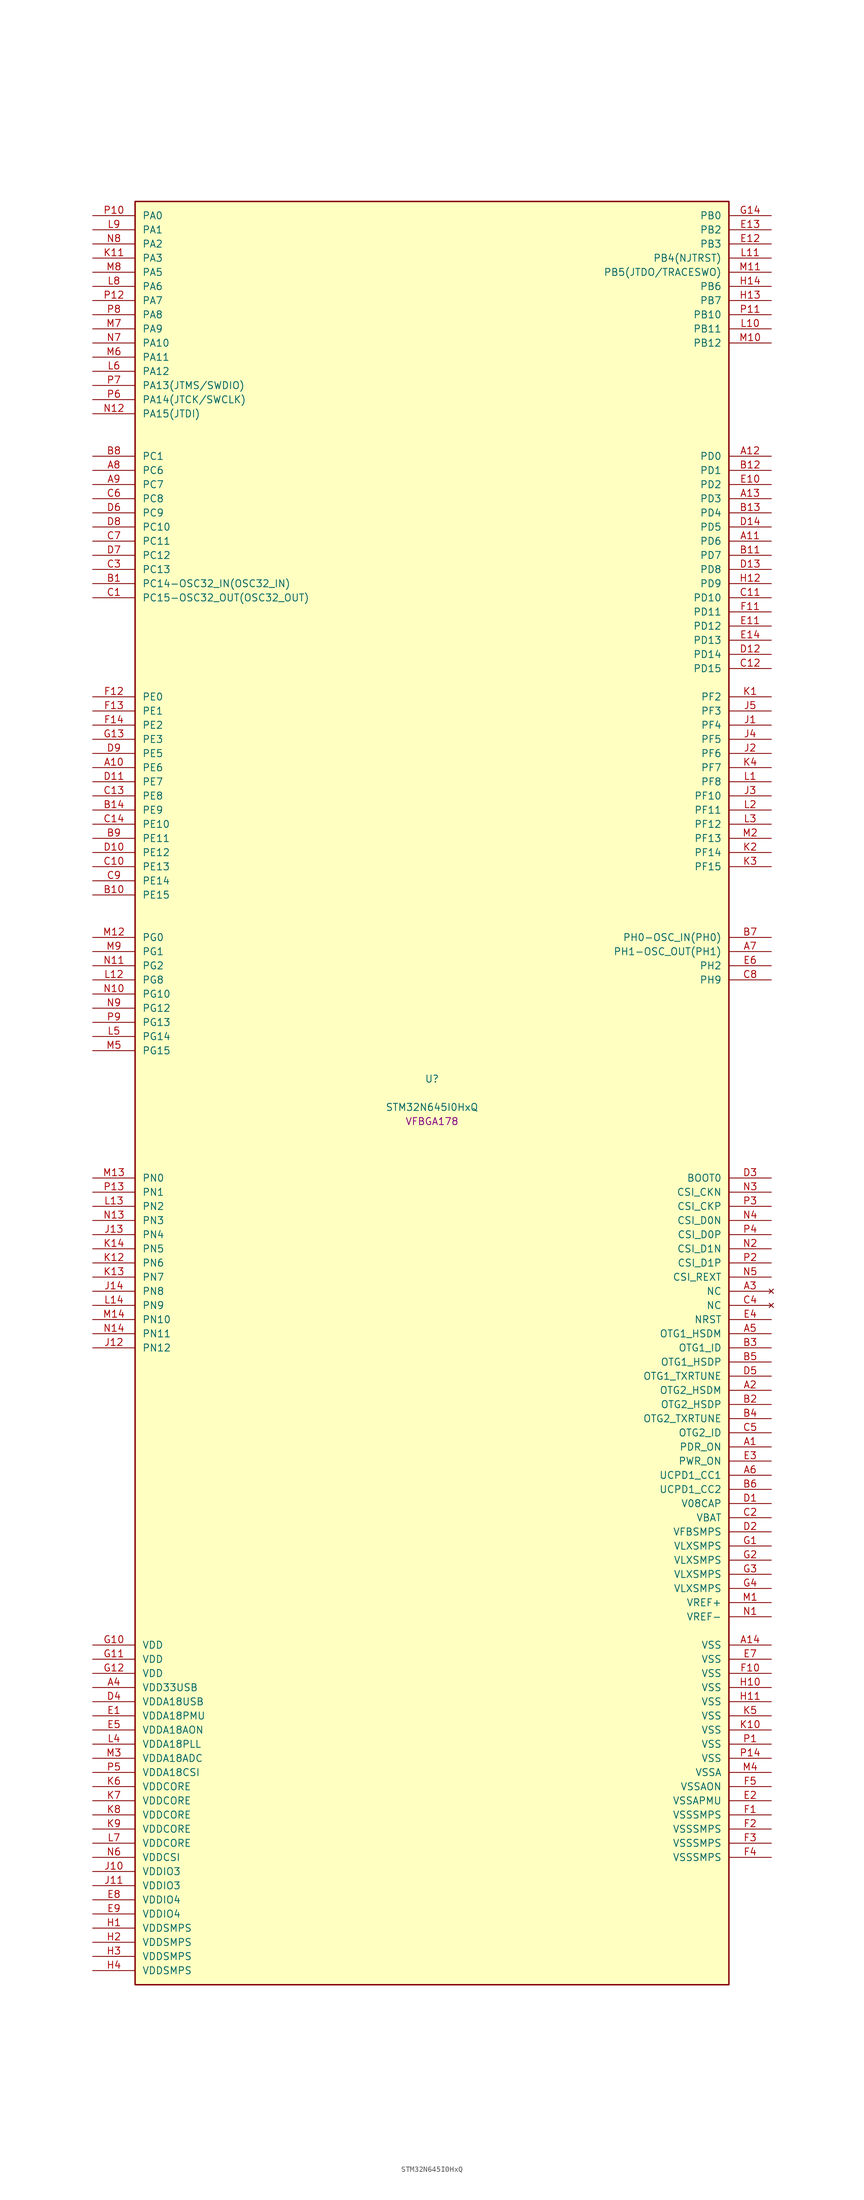
<source format=kicad_sym>
(kicad_symbol_lib
  (version 20241209)
  (generator "stm32_pkl_generator")
  (generator_version "1.0")
  (symbol "STM32N645I0HxQ"
    (pin_names
      (offset 1.27))
    (property "Reference" "U"
      (at 0 2.54 0))
    (property "Value" "STM32N645I0HxQ"
      (at 0 -2.54 0))
    (property "Footprint" "VFBGA178"
      (at 0 -5.08 0))
    (symbol "STM32N645I0HxQ_1_1"
      (rectangle (start -53.34 160.02) (end 53.34 -160.02) (stroke (width 0.254) (type solid)) (fill (type background)))
      (pin bidirectional line (at -60.96 157.48 0) (length 7.62) (name "PA0") (number "P10") (alternate "PA0/ADC1_INN1" bidirectional line) (alternate "PA0/ADC1_INP0" bidirectional line) (alternate "PA0/ADC2_INN1" bidirectional line) (alternate "PA0/ADC2_INP0" bidirectional line) (alternate "PA0/FMC_D7" bidirectional line) (alternate "PA0/FMC_DA7" bidirectional line) (alternate "PA0/HDP_HDP0" bidirectional line) (alternate "PA0/I2S6_WS" bidirectional line) (alternate "PA0/LTDC_G3" bidirectional line) (alternate "PA0/PWR_WKUP1" bidirectional line) (alternate "PA0/SAI2_SD_B" bidirectional line) (alternate "PA0/SPI6_NSS" bidirectional line) (alternate "PA0/TIM15_BKIN" bidirectional line) (alternate "PA0/TIM2_CH1" bidirectional line) (alternate "PA0/TIM5_CH1" bidirectional line) (alternate "PA0/TIM9_CH1" bidirectional line) (alternate "PA0/UART4_TX" bidirectional line) (alternate "PA0/USART2_CTS" bidirectional line) (alternate "PA0/USART2_NSS" bidirectional line))
      (pin bidirectional line (at -60.96 154.94 0) (length 7.62) (name "PA1") (number "L9") (alternate "PA1/ADC1_INP1" bidirectional line) (alternate "PA1/ADC2_INP1" bidirectional line) (alternate "PA1/DCMIPP_D0" bidirectional line) (alternate "PA1/DCMI_D0" bidirectional line) (alternate "PA1/FMC_D6" bidirectional line) (alternate "PA1/FMC_DA6" bidirectional line) (alternate "PA1/HDP_HDP1" bidirectional line) (alternate "PA1/LPTIM3_IN1" bidirectional line) (alternate "PA1/LTDC_G2" bidirectional line) (alternate "PA1/PSSI_D0" bidirectional line) (alternate "PA1/SAI2_MCLK_B" bidirectional line) (alternate "PA1/TIM15_CH1N" bidirectional line) (alternate "PA1/TIM2_CH2" bidirectional line) (alternate "PA1/TIM5_CH2" bidirectional line) (alternate "PA1/UART4_RX" bidirectional line) (alternate "PA1/USART2_RTS" bidirectional line))
      (pin bidirectional line (at -60.96 152.4 0) (length 7.62) (name "PA2") (number "N8") (alternate "PA2/ADC1_INP14" bidirectional line) (alternate "PA2/ADC2_INP14" bidirectional line) (alternate "PA2/FMC_D5" bidirectional line) (alternate "PA2/FMC_DA5" bidirectional line) (alternate "PA2/HDP_HDP2" bidirectional line) (alternate "PA2/LPTIM3_IN2" bidirectional line) (alternate "PA2/LTDC_B7" bidirectional line) (alternate "PA2/MDIOS_MDIO" bidirectional line) (alternate "PA2/PWR_WKUP2" bidirectional line) (alternate "PA2/SAI2_SCK_B" bidirectional line) (alternate "PA2/TIM15_CH1" bidirectional line) (alternate "PA2/TIM2_CH3" bidirectional line) (alternate "PA2/TIM5_CH3" bidirectional line) (alternate "PA2/USART2_TX" bidirectional line))
      (pin bidirectional line (at -60.96 149.86 0) (length 7.62) (name "PA3") (number "K11") (alternate "PA3/FMC_A17" bidirectional line) (alternate "PA3/FMC_ALE" bidirectional line) (alternate "PA3/SAI1_SD_B" bidirectional line) (alternate "PA3/SPI5_NSS" bidirectional line) (alternate "PA3/TIM16_CH1" bidirectional line) (alternate "PA3/UART7_RX" bidirectional line))
      (pin bidirectional line (at -60.96 147.32 0) (length 7.62) (name "PA5") (number "M8") (alternate "PA5/ADC2_INP18" bidirectional line) (alternate "PA5/DCMIPP_D8" bidirectional line) (alternate "PA5/DCMI_D8" bidirectional line) (alternate "PA5/FMC_NOE" bidirectional line) (alternate "PA5/HDP_HDP5" bidirectional line) (alternate "PA5/I2S1_CK" bidirectional line) (alternate "PA5/I2S6_CK" bidirectional line) (alternate "PA5/I3C1_SCL" bidirectional line) (alternate "PA5/LTDC_CLK" bidirectional line) (alternate "PA5/PSSI_D8" bidirectional line) (alternate "PA5/PWR_CSTOP" bidirectional line) (alternate "PA5/SPI1_SCK" bidirectional line) (alternate "PA5/SPI6_SCK" bidirectional line) (alternate "PA5/TIM10_CH1" bidirectional line) (alternate "PA5/TIM2_CH1" bidirectional line) (alternate "PA5/TIM2_ETR" bidirectional line) (alternate "PA5/TIM9_CH2" bidirectional line))
      (pin bidirectional line (at -60.96 144.78 0) (length 7.62) (name "PA6") (number "L8") (alternate "PA6/ADC1_INP3" bidirectional line) (alternate "PA6/ADC2_INP3" bidirectional line) (alternate "PA6/BOOT1" bidirectional line) (alternate "PA6/DCMIPP_PIXCLK" bidirectional line) (alternate "PA6/DCMI_PIXCLK" bidirectional line) (alternate "PA6/HDP_HDP6" bidirectional line) (alternate "PA6/I2S1_SDI" bidirectional line) (alternate "PA6/I2S6_SDI" bidirectional line) (alternate "PA6/I3C1_SDA" bidirectional line) (alternate "PA6/LPTIM3_ETR" bidirectional line) (alternate "PA6/LTDC_B7" bidirectional line) (alternate "PA6/LTDC_HSYNC" bidirectional line) (alternate "PA6/MDIOS_MDC" bidirectional line) (alternate "PA6/PSSI_PDCK" bidirectional line) (alternate "PA6/SPI1_MISO" bidirectional line) (alternate "PA6/SPI6_MISO" bidirectional line) (alternate "PA6/TIM13_CH1" bidirectional line) (alternate "PA6/TIM1_BKIN" bidirectional line) (alternate "PA6/TIM3_CH1" bidirectional line))
      (pin bidirectional line (at -60.96 142.24 0) (length 7.62) (name "PA7") (number "P12") (alternate "PA7/HDP_HDP7" bidirectional line) (alternate "PA7/I2S1_SDO" bidirectional line) (alternate "PA7/I2S6_SDO" bidirectional line) (alternate "PA7/LTDC_B1" bidirectional line) (alternate "PA7/LTDC_R4" bidirectional line) (alternate "PA7/SPI1_MOSI" bidirectional line) (alternate "PA7/SPI6_MOSI" bidirectional line) (alternate "PA7/TIM14_CH1" bidirectional line) (alternate "PA7/TIM1_CH1N" bidirectional line) (alternate "PA7/TIM3_CH2" bidirectional line) (alternate "PA7/USART1_RX" bidirectional line))
      (pin bidirectional line (at -60.96 139.7 0) (length 7.62) (name "PA8") (number "P8") (alternate "PA8/ADC1_INP5" bidirectional line) (alternate "PA8/ADC2_INP5" bidirectional line) (alternate "PA8/FMC_D4" bidirectional line) (alternate "PA8/FMC_DA4" bidirectional line) (alternate "PA8/HDP_HDP0" bidirectional line) (alternate "PA8/I2C3_SCL" bidirectional line) (alternate "PA8/I3C2_SCL" bidirectional line) (alternate "PA8/LTDC_B6" bidirectional line) (alternate "PA8/RCC_MCO_1" bidirectional line) (alternate "PA8/TIM11_CH1" bidirectional line) (alternate "PA8/TIM1_CH1" bidirectional line) (alternate "PA8/UART7_RX" bidirectional line) (alternate "PA8/USART1_CK" bidirectional line))
      (pin bidirectional line (at -60.96 137.16 0) (length 7.62) (name "PA9") (number "M7") (alternate "PA9/ADC1_INP10" bidirectional line) (alternate "PA9/ADC2_INP10" bidirectional line) (alternate "PA9/DCMIPP_D0" bidirectional line) (alternate "PA9/DCMI_D0" bidirectional line) (alternate "PA9/FMC_D3" bidirectional line) (alternate "PA9/FMC_DA3" bidirectional line) (alternate "PA9/HDP_HDP1" bidirectional line) (alternate "PA9/I2C3_SDA" bidirectional line) (alternate "PA9/I2S2_CK" bidirectional line) (alternate "PA9/I3C2_SDA" bidirectional line) (alternate "PA9/LPUART1_TX" bidirectional line) (alternate "PA9/LTDC_B5" bidirectional line) (alternate "PA9/PSSI_D0" bidirectional line) (alternate "PA9/SPI2_SCK" bidirectional line) (alternate "PA9/TIM1_CH2" bidirectional line) (alternate "PA9/USART1_TX" bidirectional line))
      (pin bidirectional line (at -60.96 134.62 0) (length 7.62) (name "PA10") (number "N7") (alternate "PA10/ADC1_INN10" bidirectional line) (alternate "PA10/ADC1_INP11" bidirectional line) (alternate "PA10/ADC2_INN10" bidirectional line) (alternate "PA10/ADC2_INP11" bidirectional line) (alternate "PA10/DCMIPP_D1" bidirectional line) (alternate "PA10/DCMI_D1" bidirectional line) (alternate "PA10/FMC_D2" bidirectional line) (alternate "PA10/FMC_DA2" bidirectional line) (alternate "PA10/HDP_HDP2" bidirectional line) (alternate "PA10/LPUART1_RX" bidirectional line) (alternate "PA10/LTDC_B4" bidirectional line) (alternate "PA10/MDIOS_MDIO" bidirectional line) (alternate "PA10/PSSI_D1" bidirectional line) (alternate "PA10/PWR_CSLEEP" bidirectional line) (alternate "PA10/TIM1_CH3" bidirectional line) (alternate "PA10/USART1_RX" bidirectional line))
      (pin bidirectional line (at -60.96 132.08 0) (length 7.62) (name "PA11") (number "M6") (alternate "PA11/ADC1_EXTI11" bidirectional line) (alternate "PA11/ADC1_INN11" bidirectional line) (alternate "PA11/ADC1_INP12" bidirectional line) (alternate "PA11/ADC2_EXTI11" bidirectional line) (alternate "PA11/ADC2_INN11" bidirectional line) (alternate "PA11/ADC2_INP12" bidirectional line) (alternate "PA11/FDCAN1_RX" bidirectional line) (alternate "PA11/FMC_D1" bidirectional line) (alternate "PA11/FMC_DA1" bidirectional line) (alternate "PA11/HDP_HDP3" bidirectional line) (alternate "PA11/I2S2_WS" bidirectional line) (alternate "PA11/LPUART1_CTS" bidirectional line) (alternate "PA11/LTDC_B3" bidirectional line) (alternate "PA11/SPI2_NSS" bidirectional line) (alternate "PA11/TIM1_CH4" bidirectional line) (alternate "PA11/UART4_RX" bidirectional line) (alternate "PA11/USART1_CTS" bidirectional line) (alternate "PA11/USART1_NSS" bidirectional line))
      (pin bidirectional line (at -60.96 129.54 0) (length 7.62) (name "PA12") (number "L6") (alternate "PA12/ADC1_INN12" bidirectional line) (alternate "PA12/ADC1_INP13" bidirectional line) (alternate "PA12/ADC2_INN12" bidirectional line) (alternate "PA12/ADC2_INP13" bidirectional line) (alternate "PA12/FDCAN1_TX" bidirectional line) (alternate "PA12/FMC_D0" bidirectional line) (alternate "PA12/FMC_DA0" bidirectional line) (alternate "PA12/HDP_HDP4" bidirectional line) (alternate "PA12/I2S2_CK" bidirectional line) (alternate "PA12/LPUART1_RTS" bidirectional line) (alternate "PA12/LTDC_B2" bidirectional line) (alternate "PA12/SAI2_FS_B" bidirectional line) (alternate "PA12/SPI2_SCK" bidirectional line) (alternate "PA12/TIM1_ETR" bidirectional line) (alternate "PA12/UART4_TX" bidirectional line) (alternate "PA12/USART1_RTS" bidirectional line))
      (pin bidirectional line (at -60.96 127 0) (length 7.62) (name "PA13(JTMS/SWDIO)") (number "P7") (alternate "PA13(JTMS/SWDIO)/DEBUG_JTMS-SWDIO" bidirectional line) (alternate "PA13(JTMS/SWDIO)/HDP_HDP5" bidirectional line))
      (pin bidirectional line (at -60.96 124.46 0) (length 7.62) (name "PA14(JTCK/SWCLK)") (number "P6") (alternate "PA14(JTCK/SWCLK)/DEBUG_JTCK-SWCLK" bidirectional line) (alternate "PA14(JTCK/SWCLK)/HDP_HDP6" bidirectional line))
      (pin bidirectional line (at -60.96 121.92 0) (length 7.62) (name "PA15(JTDI)") (number "N12") (alternate "PA15(JTDI)/ADC1_EXTI15" bidirectional line) (alternate "PA15(JTDI)/ADC2_EXTI15" bidirectional line) (alternate "PA15(JTDI)/DEBUG_JTDI" bidirectional line) (alternate "PA15(JTDI)/FMC_D15" bidirectional line) (alternate "PA15(JTDI)/FMC_DA15" bidirectional line) (alternate "PA15(JTDI)/HDP_HDP7" bidirectional line) (alternate "PA15(JTDI)/I2S1_WS" bidirectional line) (alternate "PA15(JTDI)/I2S3_WS" bidirectional line) (alternate "PA15(JTDI)/I2S6_WS" bidirectional line) (alternate "PA15(JTDI)/LTDC_R5" bidirectional line) (alternate "PA15(JTDI)/SPI1_NSS" bidirectional line) (alternate "PA15(JTDI)/SPI3_NSS" bidirectional line) (alternate "PA15(JTDI)/SPI6_NSS" bidirectional line) (alternate "PA15(JTDI)/TIM2_CH1" bidirectional line) (alternate "PA15(JTDI)/TIM2_ETR" bidirectional line) (alternate "PA15(JTDI)/UART4_DE" bidirectional line) (alternate "PA15(JTDI)/UART4_RTS" bidirectional line) (alternate "PA15(JTDI)/UART7_TX" bidirectional line))
      (pin bidirectional line (at 60.96 157.48 180) (length 7.62) (name "PB0") (number "G14") (alternate "PB0/ADF1_SDI0" bidirectional line) (alternate "PB0/DCMIPP_D4" bidirectional line) (alternate "PB0/DCMI_D4" bidirectional line) (alternate "PB0/DEBUG_TRACED1" bidirectional line) (alternate "PB0/FMC_D13" bidirectional line) (alternate "PB0/FMC_DA13" bidirectional line) (alternate "PB0/MDF1_SDI2" bidirectional line) (alternate "PB0/PSSI_D4" bidirectional line) (alternate "PB0/SAI1_D2" bidirectional line) (alternate "PB0/SAI1_FS_A" bidirectional line) (alternate "PB0/SPI4_NSS" bidirectional line) (alternate "PB0/TIM15_CH1N" bidirectional line) (alternate "PB0/TIM1_CH4" bidirectional line))
      (pin bidirectional line (at 60.96 154.94 180) (length 7.62) (name "PB2") (number "E13") (alternate "PB2/ADF1_SDI0" bidirectional line) (alternate "PB2/FMC_D2" bidirectional line) (alternate "PB2/FMC_DA2" bidirectional line) (alternate "PB2/HDP_HDP2" bidirectional line) (alternate "PB2/I2S3_SDO" bidirectional line) (alternate "PB2/LTDC_B2" bidirectional line) (alternate "PB2/MDF1_SDI1" bidirectional line) (alternate "PB2/RTC_OUT2" bidirectional line) (alternate "PB2/SAI1_D1" bidirectional line) (alternate "PB2/SAI1_SD_A" bidirectional line) (alternate "PB2/SPI3_MOSI" bidirectional line) (alternate "PB2/TIM1_CH1" bidirectional line))
      (pin bidirectional line (at 60.96 152.4 180) (length 7.62) (name "PB3") (number "E12") (alternate "PB3/DEBUG_JTDO-SWO" bidirectional line) (alternate "PB3/DEBUG_TRACECLK" bidirectional line) (alternate "PB3/FMC_A23" bidirectional line) (alternate "PB3/FMC_NBL1" bidirectional line) (alternate "PB3/GFXTIM_FCKCAL" bidirectional line) (alternate "PB3/GFXTIM_LCKCAL" bidirectional line) (alternate "PB3/HDP_HDP0" bidirectional line) (alternate "PB3/MDF1_CKI1" bidirectional line) (alternate "PB3/SAI2_FS_B" bidirectional line) (alternate "PB3/TIM1_CH4N" bidirectional line) (alternate "PB3/USART1_CK" bidirectional line))
      (pin bidirectional line (at 60.96 149.86 180) (length 7.62) (name "PB4(NJTRST)") (number "L11") (alternate "PB4(NJTRST)/DCMIPP_VSYNC" bidirectional line) (alternate "PB4(NJTRST)/DCMI_VSYNC" bidirectional line) (alternate "PB4(NJTRST)/DEBUG_NJTRST" bidirectional line) (alternate "PB4(NJTRST)/FMC_D13" bidirectional line) (alternate "PB4(NJTRST)/FMC_DA13" bidirectional line) (alternate "PB4(NJTRST)/HDP_HDP4" bidirectional line) (alternate "PB4(NJTRST)/I2S1_SDI" bidirectional line) (alternate "PB4(NJTRST)/I2S2_WS" bidirectional line) (alternate "PB4(NJTRST)/I2S3_SDI" bidirectional line) (alternate "PB4(NJTRST)/I2S6_SDI" bidirectional line) (alternate "PB4(NJTRST)/LTDC_R3" bidirectional line) (alternate "PB4(NJTRST)/PSSI_RDY" bidirectional line) (alternate "PB4(NJTRST)/SPI1_MISO" bidirectional line) (alternate "PB4(NJTRST)/SPI2_NSS" bidirectional line) (alternate "PB4(NJTRST)/SPI3_MISO" bidirectional line) (alternate "PB4(NJTRST)/SPI6_MISO" bidirectional line) (alternate "PB4(NJTRST)/TIM16_BKIN" bidirectional line) (alternate "PB4(NJTRST)/TIM3_CH1" bidirectional line) (alternate "PB4(NJTRST)/UART7_TX" bidirectional line))
      (pin bidirectional line (at 60.96 147.32 180) (length 7.62) (name "PB5(JTDO/TRACESWO)") (number "M11") (alternate "PB5(JTDO/TRACESWO)/DCMIPP_D10" bidirectional line) (alternate "PB5(JTDO/TRACESWO)/DCMI_D10" bidirectional line) (alternate "PB5(JTDO/TRACESWO)/DEBUG_JTDO-SWO" bidirectional line) (alternate "PB5(JTDO/TRACESWO)/FDCAN2_RX" bidirectional line) (alternate "PB5(JTDO/TRACESWO)/FMC_D12" bidirectional line) (alternate "PB5(JTDO/TRACESWO)/FMC_DA12" bidirectional line) (alternate "PB5(JTDO/TRACESWO)/HDP_HDP5" bidirectional line) (alternate "PB5(JTDO/TRACESWO)/I2C1_SMBA" bidirectional line) (alternate "PB5(JTDO/TRACESWO)/I2S1_SDO" bidirectional line) (alternate "PB5(JTDO/TRACESWO)/I2S3_SDO" bidirectional line) (alternate "PB5(JTDO/TRACESWO)/I2S6_SDO" bidirectional line) (alternate "PB5(JTDO/TRACESWO)/LTDC_R2" bidirectional line) (alternate "PB5(JTDO/TRACESWO)/PSSI_D10" bidirectional line) (alternate "PB5(JTDO/TRACESWO)/SPI1_MOSI" bidirectional line) (alternate "PB5(JTDO/TRACESWO)/SPI3_MOSI" bidirectional line) (alternate "PB5(JTDO/TRACESWO)/SPI6_MOSI" bidirectional line) (alternate "PB5(JTDO/TRACESWO)/TIM17_BKIN" bidirectional line) (alternate "PB5(JTDO/TRACESWO)/TIM3_CH2" bidirectional line) (alternate "PB5(JTDO/TRACESWO)/UART5_RX" bidirectional line))
      (pin bidirectional line (at 60.96 144.78 180) (length 7.62) (name "PB6") (number "H14") (alternate "PB6/ADF1_CCK1" bidirectional line) (alternate "PB6/DCMIPP_D6" bidirectional line) (alternate "PB6/DCMI_D6" bidirectional line) (alternate "PB6/DEBUG_TRACED2" bidirectional line) (alternate "PB6/FMC_D14" bidirectional line) (alternate "PB6/FMC_DA14" bidirectional line) (alternate "PB6/MDF1_CCK1" bidirectional line) (alternate "PB6/PSSI_D6" bidirectional line) (alternate "PB6/SAI1_CK2" bidirectional line) (alternate "PB6/SAI1_SCK_A" bidirectional line) (alternate "PB6/SPI4_MISO" bidirectional line) (alternate "PB6/TIM15_CH1" bidirectional line))
      (pin bidirectional line (at 60.96 142.24 180) (length 7.62) (name "PB7") (number "H13") (alternate "PB7/ADF1_SDI0" bidirectional line) (alternate "PB7/DCMIPP_D7" bidirectional line) (alternate "PB7/DCMI_D7" bidirectional line) (alternate "PB7/DEBUG_TRACED3" bidirectional line) (alternate "PB7/FMC_D15" bidirectional line) (alternate "PB7/FMC_DA15" bidirectional line) (alternate "PB7/MDF1_SDI1" bidirectional line) (alternate "PB7/PSSI_D7" bidirectional line) (alternate "PB7/SAI1_D1" bidirectional line) (alternate "PB7/SAI1_SD_A" bidirectional line) (alternate "PB7/SAI2_MCLK_B" bidirectional line) (alternate "PB7/SPI4_MOSI" bidirectional line) (alternate "PB7/TIM15_CH2" bidirectional line) (alternate "PB7/TIM1_BKIN2" bidirectional line))
      (pin bidirectional line (at 60.96 139.7 180) (length 7.62) (name "PB10") (number "P11") (alternate "PB10/ADC1_INN4" bidirectional line) (alternate "PB10/ADC1_INP8" bidirectional line) (alternate "PB10/ADC2_INN4" bidirectional line) (alternate "PB10/ADC2_INP8" bidirectional line) (alternate "PB10/FMC_D11" bidirectional line) (alternate "PB10/FMC_DA11" bidirectional line) (alternate "PB10/HDP_HDP2" bidirectional line) (alternate "PB10/I2C2_SCL" bidirectional line) (alternate "PB10/I2S2_CK" bidirectional line) (alternate "PB10/I3C2_SCL" bidirectional line) (alternate "PB10/LPTIM2_IN1" bidirectional line) (alternate "PB10/LTDC_G7" bidirectional line) (alternate "PB10/SPI2_SCK" bidirectional line) (alternate "PB10/TIM2_CH3" bidirectional line) (alternate "PB10/USART3_TX" bidirectional line))
      (pin bidirectional line (at 60.96 137.16 180) (length 7.62) (name "PB11") (number "L10") (alternate "PB11/ADC1_EXTI11" bidirectional line) (alternate "PB11/ADC1_INP4" bidirectional line) (alternate "PB11/ADC2_EXTI11" bidirectional line) (alternate "PB11/ADC2_INP4" bidirectional line) (alternate "PB11/FMC_D10" bidirectional line) (alternate "PB11/FMC_DA10" bidirectional line) (alternate "PB11/HDP_HDP3" bidirectional line) (alternate "PB11/I2C2_SDA" bidirectional line) (alternate "PB11/I3C2_SDA" bidirectional line) (alternate "PB11/LPTIM2_ETR" bidirectional line) (alternate "PB11/LTDC_G6" bidirectional line) (alternate "PB11/TIM2_CH4" bidirectional line) (alternate "PB11/USART3_RX" bidirectional line))
      (pin bidirectional line (at 60.96 134.62 180) (length 7.62) (name "PB12") (number "M10") (alternate "PB12/FDCAN2_RX" bidirectional line) (alternate "PB12/FMC_D9" bidirectional line) (alternate "PB12/FMC_DA9" bidirectional line) (alternate "PB12/HDP_HDP4" bidirectional line) (alternate "PB12/I2C2_SMBA" bidirectional line) (alternate "PB12/I2S2_WS" bidirectional line) (alternate "PB12/LPTIM2_IN2" bidirectional line) (alternate "PB12/LTDC_G5" bidirectional line) (alternate "PB12/SPI2_NSS" bidirectional line) (alternate "PB12/TIM1_BKIN" bidirectional line) (alternate "PB12/UART5_RX" bidirectional line) (alternate "PB12/USART3_CK" bidirectional line))
      (pin bidirectional line (at -60.96 114.3 0) (length 7.62) (name "PC1") (number "B8") (alternate "PC1/DCMIPP_D7" bidirectional line) (alternate "PC1/DCMI_D7" bidirectional line) (alternate "PC1/FDCAN1_TX" bidirectional line) (alternate "PC1/HDP_HDP1" bidirectional line) (alternate "PC1/I2C1_SDA" bidirectional line) (alternate "PC1/I2S2_WS" bidirectional line) (alternate "PC1/I3C1_SDA" bidirectional line) (alternate "PC1/PSSI_D7" bidirectional line) (alternate "PC1/SDMMC1_CDIR" bidirectional line) (alternate "PC1/SDMMC1_D5" bidirectional line) (alternate "PC1/SPI2_NSS" bidirectional line) (alternate "PC1/TIM17_CH1" bidirectional line) (alternate "PC1/TIM4_CH4" bidirectional line) (alternate "PC1/UART4_TX" bidirectional line))
      (pin bidirectional line (at -60.96 111.76 0) (length 7.62) (name "PC6") (number "A8") (alternate "PC6/DCMIPP_D1" bidirectional line) (alternate "PC6/DCMI_D1" bidirectional line) (alternate "PC6/HDP_HDP6" bidirectional line) (alternate "PC6/I2S2_MCK" bidirectional line) (alternate "PC6/PSSI_D1" bidirectional line) (alternate "PC6/SDMMC1_D0DIR" bidirectional line) (alternate "PC6/SDMMC1_D6" bidirectional line) (alternate "PC6/TIM1_CH1" bidirectional line) (alternate "PC6/TIM3_CH1" bidirectional line) (alternate "PC6/TIM9_CH1" bidirectional line) (alternate "PC6/USART6_TX" bidirectional line))
      (pin bidirectional line (at -60.96 109.22 0) (length 7.62) (name "PC7") (number "A9") (alternate "PC7/DCMIPP_D1" bidirectional line) (alternate "PC7/DCMI_D1" bidirectional line) (alternate "PC7/DEBUG_TRGIO" bidirectional line) (alternate "PC7/HDP_HDP7" bidirectional line) (alternate "PC7/I2S3_MCK" bidirectional line) (alternate "PC7/PSSI_D1" bidirectional line) (alternate "PC7/SDMMC1_D123DIR" bidirectional line) (alternate "PC7/SDMMC1_D7" bidirectional line) (alternate "PC7/TIM16_CH1N" bidirectional line) (alternate "PC7/TIM3_CH2" bidirectional line) (alternate "PC7/TIM9_CH2" bidirectional line) (alternate "PC7/USART6_RX" bidirectional line))
      (pin bidirectional line (at -60.96 106.68 0) (length 7.62) (name "PC8") (number "C6") (alternate "PC8/DCMIPP_D2" bidirectional line) (alternate "PC8/DCMI_D2" bidirectional line) (alternate "PC8/DEBUG_TRACED1" bidirectional line) (alternate "PC8/FMC_NE4" bidirectional line) (alternate "PC8/HDP_HDP0" bidirectional line) (alternate "PC8/I2C3_SMBA" bidirectional line) (alternate "PC8/LTDC_B0" bidirectional line) (alternate "PC8/PSSI_D2" bidirectional line) (alternate "PC8/SDMMC1_D0" bidirectional line) (alternate "PC8/TIM3_CH3" bidirectional line) (alternate "PC8/UART5_DE" bidirectional line) (alternate "PC8/UART5_RTS" bidirectional line) (alternate "PC8/UCPD1_FRSTX1" bidirectional line) (alternate "PC8/USART6_CK" bidirectional line))
      (pin bidirectional line (at -60.96 104.14 0) (length 7.62) (name "PC9") (number "D6") (alternate "PC9/AUDIOCLK" bidirectional line) (alternate "PC9/DCMIPP_D3" bidirectional line) (alternate "PC9/DCMI_D3" bidirectional line) (alternate "PC9/HDP_HDP1" bidirectional line) (alternate "PC9/I2C3_SDA" bidirectional line) (alternate "PC9/LTDC_B3" bidirectional line) (alternate "PC9/PSSI_D3" bidirectional line) (alternate "PC9/RCC_MCO_2" bidirectional line) (alternate "PC9/SDMMC1_D1" bidirectional line) (alternate "PC9/TIM3_CH4" bidirectional line) (alternate "PC9/UART5_CTS" bidirectional line) (alternate "PC9/UCPD1_FRSTX2" bidirectional line) (alternate "PC9/USART6_RX" bidirectional line))
      (pin bidirectional line (at -60.96 101.6 0) (length 7.62) (name "PC10") (number "D8") (alternate "PC10/DCMIPP_D14" bidirectional line) (alternate "PC10/FMC_CLK" bidirectional line) (alternate "PC10/HDP_HDP2" bidirectional line) (alternate "PC10/I2C4_SCL" bidirectional line) (alternate "PC10/I2S3_CK" bidirectional line) (alternate "PC10/I3C2_SCL" bidirectional line) (alternate "PC10/PSSI_D14" bidirectional line) (alternate "PC10/SDMMC1_D2" bidirectional line) (alternate "PC10/SPI3_SCK" bidirectional line) (alternate "PC10/TIM1_BKIN" bidirectional line) (alternate "PC10/UART4_TX" bidirectional line) (alternate "PC10/USART3_TX" bidirectional line))
      (pin bidirectional line (at -60.96 99.06 0) (length 7.62) (name "PC11") (number "C7") (alternate "PC11/ADC1_EXTI11" bidirectional line) (alternate "PC11/ADC2_EXTI11" bidirectional line) (alternate "PC11/DCMIPP_D4" bidirectional line) (alternate "PC11/DCMI_D4" bidirectional line) (alternate "PC11/HDP_HDP3" bidirectional line) (alternate "PC11/I2C4_SDA" bidirectional line) (alternate "PC11/I2S3_SDI" bidirectional line) (alternate "PC11/I3C2_SDA" bidirectional line) (alternate "PC11/PSSI_D4" bidirectional line) (alternate "PC11/SDMMC1_D3" bidirectional line) (alternate "PC11/SPI3_MISO" bidirectional line) (alternate "PC11/UART4_RX" bidirectional line) (alternate "PC11/USART3_RX" bidirectional line))
      (pin bidirectional line (at -60.96 96.52 0) (length 7.62) (name "PC12") (number "D7") (alternate "PC12/DCMIPP_D9" bidirectional line) (alternate "PC12/DCMI_D9" bidirectional line) (alternate "PC12/DEBUG_TRACED3" bidirectional line) (alternate "PC12/FMC_NL" bidirectional line) (alternate "PC12/HDP_HDP4" bidirectional line) (alternate "PC12/I2S3_SDO" bidirectional line) (alternate "PC12/I2S6_CK" bidirectional line) (alternate "PC12/PSSI_D9" bidirectional line) (alternate "PC12/SDMMC1_CK" bidirectional line) (alternate "PC12/SPI3_MOSI" bidirectional line) (alternate "PC12/SPI6_SCK" bidirectional line) (alternate "PC12/TIM15_CH1" bidirectional line) (alternate "PC12/TIM1_CH4" bidirectional line) (alternate "PC12/UART5_TX" bidirectional line) (alternate "PC12/USART3_CK" bidirectional line))
      (pin bidirectional line (at -60.96 93.98 0) (length 7.62) (name "PC13") (number "C3") (alternate "PC13/HDP_HDP5" bidirectional line) (alternate "PC13/PWR_WKUP3" bidirectional line) (alternate "PC13/RTC_OUT1" bidirectional line) (alternate "PC13/RTC_TS" bidirectional line) (alternate "PC13/TAMP_IN1" bidirectional line) (alternate "PC13/TAMP_OUT2" bidirectional line))
      (pin bidirectional line (at -60.96 91.44 0) (length 7.62) (name "PC14-OSC32_IN(OSC32_IN)") (number "B1") (alternate "PC14-OSC32_IN(OSC32_IN)/RCC_OSC32_IN" bidirectional line))
      (pin bidirectional line (at -60.96 88.9 0) (length 7.62) (name "PC15-OSC32_OUT(OSC32_OUT)") (number "C1") (alternate "PC15-OSC32_OUT(OSC32_OUT)/ADC1_EXTI15" bidirectional line) (alternate "PC15-OSC32_OUT(OSC32_OUT)/ADC2_EXTI15" bidirectional line) (alternate "PC15-OSC32_OUT(OSC32_OUT)/RCC_OSC32_OUT" bidirectional line))
      (pin bidirectional line (at 60.96 114.3 180) (length 7.62) (name "PD0") (number "A12") (alternate "PD0/DCMIPP_HSYNC" bidirectional line) (alternate "PD0/DCMI_HSYNC" bidirectional line) (alternate "PD0/FDCAN1_RX" bidirectional line) (alternate "PD0/FMC_A6" bidirectional line) (alternate "PD0/FMC_A22" bidirectional line) (alternate "PD0/PSSI_DE" bidirectional line) (alternate "PD0/TIM1_ETR" bidirectional line) (alternate "PD0/UART4_RX" bidirectional line) (alternate "PD0/UART9_CTS" bidirectional line))
      (pin bidirectional line (at 60.96 111.76 180) (length 7.62) (name "PD1") (number "B12") (alternate "PD1/ETH1_MDC" bidirectional line) (alternate "PD1/FDCAN1_TX" bidirectional line) (alternate "PD1/FMC_A7" bidirectional line) (alternate "PD1/FMC_A23" bidirectional line) (alternate "PD1/UART4_TX" bidirectional line))
      (pin bidirectional line (at 60.96 109.22 180) (length 7.62) (name "PD2") (number "E10") (alternate "PD2/ADF1_SDI0" bidirectional line) (alternate "PD2/DEBUG_TRACED0" bidirectional line) (alternate "PD2/FMC_A0" bidirectional line) (alternate "PD2/FMC_A16" bidirectional line) (alternate "PD2/FMC_CLE" bidirectional line) (alternate "PD2/HDP_HDP1" bidirectional line) (alternate "PD2/I2S2_SDO" bidirectional line) (alternate "PD2/MDF1_SDI1" bidirectional line) (alternate "PD2/MDIOS_MDC" bidirectional line) (alternate "PD2/PWR_WKUP4" bidirectional line) (alternate "PD2/SAI1_D1" bidirectional line) (alternate "PD2/SAI1_SD_A" bidirectional line) (alternate "PD2/SPI2_MOSI" bidirectional line) (alternate "PD2/TIM15_CH1N" bidirectional line) (alternate "PD2/TIM1_CH3" bidirectional line))
      (pin bidirectional line (at 60.96 106.68 180) (length 7.62) (name "PD3") (number "A13") (alternate "PD3/DCMIPP_D14" bidirectional line) (alternate "PD3/ETH1_PHY_INTN" bidirectional line) (alternate "PD3/FMC_A10" bidirectional line) (alternate "PD3/I2C2_SMBA" bidirectional line) (alternate "PD3/PSSI_D14" bidirectional line) (alternate "PD3/USART6_CTS" bidirectional line))
      (pin bidirectional line (at 60.96 104.14 180) (length 7.62) (name "PD4") (number "B13") (alternate "PD4/DCMIPP_D9" bidirectional line) (alternate "PD4/DCMI_D9" bidirectional line) (alternate "PD4/FMC_A11" bidirectional line) (alternate "PD4/I2C2_SDA" bidirectional line) (alternate "PD4/PSSI_D9" bidirectional line) (alternate "PD4/SPI5_MISO" bidirectional line) (alternate "PD4/TAMP_IN7" bidirectional line) (alternate "PD4/TAMP_OUT8" bidirectional line) (alternate "PD4/TIM1_BKIN2" bidirectional line) (alternate "PD4/USART6_RTS" bidirectional line))
      (pin bidirectional line (at 60.96 101.6 180) (length 7.62) (name "PD5") (number "D14") (alternate "PD5/DCMIPP_PIXCLK" bidirectional line) (alternate "PD5/DCMI_PIXCLK" bidirectional line) (alternate "PD5/FMC_D6" bidirectional line) (alternate "PD5/FMC_DA6" bidirectional line) (alternate "PD5/PSSI_PDCK" bidirectional line) (alternate "PD5/TIM1_CH4N" bidirectional line) (alternate "PD5/USART2_TX" bidirectional line))
      (pin bidirectional line (at 60.96 99.06 180) (length 7.62) (name "PD6") (number "A11") (alternate "PD6/FMC_A1" bidirectional line) (alternate "PD6/FMC_A17" bidirectional line) (alternate "PD6/FMC_ALE" bidirectional line) (alternate "PD6/HDP_HDP2" bidirectional line) (alternate "PD6/I2S2_SDI" bidirectional line) (alternate "PD6/SPI2_MISO" bidirectional line) (alternate "PD6/TIM15_CH2" bidirectional line) (alternate "PD6/TIM1_CH1" bidirectional line))
      (pin bidirectional line (at 60.96 96.52 180) (length 7.62) (name "PD7") (number "B11") (alternate "PD7/DCMIPP_D0" bidirectional line) (alternate "PD7/DCMI_D0" bidirectional line) (alternate "PD7/FMC_A2" bidirectional line) (alternate "PD7/FMC_A18" bidirectional line) (alternate "PD7/HDP_HDP3" bidirectional line) (alternate "PD7/I2S2_SDO" bidirectional line) (alternate "PD7/I2S3_WS" bidirectional line) (alternate "PD7/PSSI_D0" bidirectional line) (alternate "PD7/SPI2_MOSI" bidirectional line) (alternate "PD7/SPI3_NSS" bidirectional line) (alternate "PD7/TIM15_CH1N" bidirectional line) (alternate "PD7/TIM1_CH2" bidirectional line))
      (pin bidirectional line (at 60.96 93.98 180) (length 7.62) (name "PD8") (number "D13") (alternate "PD8/DCMIPP_D11" bidirectional line) (alternate "PD8/DCMI_D11" bidirectional line) (alternate "PD8/FMC_NBL0" bidirectional line) (alternate "PD8/LTDC_R7" bidirectional line) (alternate "PD8/PSSI_D11" bidirectional line) (alternate "PD8/TAMP_IN3" bidirectional line) (alternate "PD8/TAMP_OUT4" bidirectional line) (alternate "PD8/USART3_TX" bidirectional line))
      (pin bidirectional line (at 60.96 91.44 180) (length 7.62) (name "PD9") (number "H12") (alternate "PD9/DCMIPP_D11" bidirectional line) (alternate "PD9/DCMI_D11" bidirectional line) (alternate "PD9/FMC_SDCLK" bidirectional line) (alternate "PD9/LTDC_R1" bidirectional line) (alternate "PD9/PSSI_D11" bidirectional line) (alternate "PD9/TAMP_IN5" bidirectional line) (alternate "PD9/TAMP_OUT6" bidirectional line) (alternate "PD9/USART3_RX" bidirectional line))
      (pin bidirectional line (at 60.96 88.9 180) (length 7.62) (name "PD10") (number "C11") (alternate "PD10/DEBUG_TRACECLK" bidirectional line) (alternate "PD10/FMC_A3" bidirectional line) (alternate "PD10/FMC_A19" bidirectional line) (alternate "PD10/GFXTIM_TE" bidirectional line) (alternate "PD10/HDP_HDP4" bidirectional line) (alternate "PD10/I2S1_MCK" bidirectional line) (alternate "PD10/MDF1_CKI3" bidirectional line) (alternate "PD10/SAI2_FS_B" bidirectional line) (alternate "PD10/TIM1_ETR" bidirectional line) (alternate "PD10/UCPD1_FRSTX1" bidirectional line))
      (pin bidirectional line (at 60.96 86.36 180) (length 7.62) (name "PD11") (number "F11") (alternate "PD11/ADC1_EXTI11" bidirectional line) (alternate "PD11/ADC2_EXTI11" bidirectional line) (alternate "PD11/DCMIPP_D15" bidirectional line) (alternate "PD11/FMC_D8" bidirectional line) (alternate "PD11/FMC_DA8" bidirectional line) (alternate "PD11/I2C4_SDA" bidirectional line) (alternate "PD11/I2S2_SDI" bidirectional line) (alternate "PD11/PSSI_D15" bidirectional line) (alternate "PD11/SDMMC1_D0" bidirectional line) (alternate "PD11/SPI2_MISO" bidirectional line) (alternate "PD11/UCPD1_FRSTX1" bidirectional line))
      (pin bidirectional line (at 60.96 83.82 180) (length 7.62) (name "PD12") (number "E11") (alternate "PD12/DCMIPP_D12" bidirectional line) (alternate "PD12/DCMI_D12" bidirectional line) (alternate "PD12/ETH1_MDIO" bidirectional line) (alternate "PD12/FMC_A5" bidirectional line) (alternate "PD12/FMC_A21" bidirectional line) (alternate "PD12/HDP_HDP5" bidirectional line) (alternate "PD12/MDF1_SDI3" bidirectional line) (alternate "PD12/PSSI_D12" bidirectional line) (alternate "PD12/SAI1_D3" bidirectional line) (alternate "PD12/UCPD1_FRSTX2" bidirectional line))
      (pin bidirectional line (at 60.96 81.28 180) (length 7.62) (name "PD13") (number "E14") (alternate "PD13/DCMIPP_D13" bidirectional line) (alternate "PD13/DCMI_D13" bidirectional line) (alternate "PD13/FMC_D4" bidirectional line) (alternate "PD13/FMC_DA4" bidirectional line) (alternate "PD13/LTDC_R6" bidirectional line) (alternate "PD13/PSSI_D13" bidirectional line) (alternate "PD13/SAI2_SCK_A" bidirectional line) (alternate "PD13/TIM4_CH2" bidirectional line) (alternate "PD13/UART9_RTS" bidirectional line) (alternate "PD13/UCPD1_FRSTX2" bidirectional line))
      (pin bidirectional line (at 60.96 78.74 180) (length 7.62) (name "PD14") (number "D12") (alternate "PD14/FMC_A9" bidirectional line) (alternate "PD14/I2C2_SCL" bidirectional line))
      (pin bidirectional line (at 60.96 76.2 180) (length 7.62) (name "PD15") (number "C12") (alternate "PD15/ADC1_EXTI15" bidirectional line) (alternate "PD15/ADC2_EXTI15" bidirectional line) (alternate "PD15/FMC_A8" bidirectional line) (alternate "PD15/I2C2_SDA" bidirectional line) (alternate "PD15/LTDC_R2" bidirectional line))
      (pin bidirectional line (at -60.96 71.12 0) (length 7.62) (name "PE0") (number "F12") (alternate "PE0/DCMIPP_D2" bidirectional line) (alternate "PE0/DCMI_D2" bidirectional line) (alternate "PE0/FMC_D9" bidirectional line) (alternate "PE0/FMC_DA9" bidirectional line) (alternate "PE0/LPTIM2_ETR" bidirectional line) (alternate "PE0/PSSI_D2" bidirectional line) (alternate "PE0/SAI2_MCLK_A" bidirectional line) (alternate "PE0/TAMP_IN6" bidirectional line) (alternate "PE0/TAMP_OUT5" bidirectional line) (alternate "PE0/TIM4_ETR" bidirectional line) (alternate "PE0/USART3_RX" bidirectional line))
      (pin bidirectional line (at -60.96 68.58 0) (length 7.62) (name "PE1") (number "F13") (alternate "PE1/DCMIPP_D8" bidirectional line) (alternate "PE1/DCMI_D8" bidirectional line) (alternate "PE1/FMC_D10" bidirectional line) (alternate "PE1/FMC_DA10" bidirectional line) (alternate "PE1/LPTIM2_CH2" bidirectional line) (alternate "PE1/PSSI_D8" bidirectional line) (alternate "PE1/USART3_TX" bidirectional line))
      (pin bidirectional line (at -60.96 66.04 0) (length 7.62) (name "PE2") (number "F14") (alternate "PE2/ADF1_CCK0" bidirectional line) (alternate "PE2/DEBUG_TRACECLK" bidirectional line) (alternate "PE2/FMC_D11" bidirectional line) (alternate "PE2/FMC_DA11" bidirectional line) (alternate "PE2/MDF1_CCK0" bidirectional line) (alternate "PE2/SAI1_CK1" bidirectional line) (alternate "PE2/SAI1_MCLK_A" bidirectional line) (alternate "PE2/SPI4_SCK" bidirectional line) (alternate "PE2/TIM1_CH2N" bidirectional line) (alternate "PE2/UCPD1_FRSTX1" bidirectional line))
      (pin bidirectional line (at -60.96 63.5 0) (length 7.62) (name "PE3") (number "G13") (alternate "PE3/DEBUG_TRACED0" bidirectional line) (alternate "PE3/FMC_D12" bidirectional line) (alternate "PE3/FMC_DA12" bidirectional line) (alternate "PE3/MDF1_CKI2" bidirectional line) (alternate "PE3/SAI1_SD_B" bidirectional line) (alternate "PE3/TIM15_BKIN" bidirectional line))
      (pin bidirectional line (at -60.96 60.96 0) (length 7.62) (name "PE5") (number "D9") (alternate "PE5/DCMIPP_D5" bidirectional line) (alternate "PE5/DCMI_D5" bidirectional line) (alternate "PE5/FDCAN2_TX" bidirectional line) (alternate "PE5/FMC_SDNE1" bidirectional line) (alternate "PE5/HDP_HDP6" bidirectional line) (alternate "PE5/I2C1_SCL" bidirectional line) (alternate "PE5/I3C1_SCL" bidirectional line) (alternate "PE5/LPUART1_TX" bidirectional line) (alternate "PE5/PSSI_D5" bidirectional line) (alternate "PE5/TIM16_CH1N" bidirectional line) (alternate "PE5/TIM4_CH1" bidirectional line) (alternate "PE5/UART5_TX" bidirectional line) (alternate "PE5/USART1_TX" bidirectional line))
      (pin bidirectional line (at -60.96 58.42 0) (length 7.62) (name "PE6") (number "A10") (alternate "PE6/DCMIPP_D1" bidirectional line) (alternate "PE6/DCMIPP_VSYNC" bidirectional line) (alternate "PE6/DCMI_D1" bidirectional line) (alternate "PE6/DCMI_VSYNC" bidirectional line) (alternate "PE6/FMC_SDCKE1" bidirectional line) (alternate "PE6/HDP_HDP7" bidirectional line) (alternate "PE6/I2C1_SDA" bidirectional line) (alternate "PE6/I3C1_SDA" bidirectional line) (alternate "PE6/LPUART1_RX" bidirectional line) (alternate "PE6/PSSI_D1" bidirectional line) (alternate "PE6/PSSI_RDY" bidirectional line) (alternate "PE6/TIM17_CH1N" bidirectional line) (alternate "PE6/TIM4_CH2" bidirectional line) (alternate "PE6/UART5_TX" bidirectional line) (alternate "PE6/USART1_RX" bidirectional line))
      (pin bidirectional line (at -60.96 55.88 0) (length 7.62) (name "PE7") (number "D11") (alternate "PE7/FMC_A4" bidirectional line) (alternate "PE7/FMC_A20" bidirectional line) (alternate "PE7/MDF1_CKI0" bidirectional line) (alternate "PE7/SAI2_SD_B" bidirectional line) (alternate "PE7/TIM1_ETR" bidirectional line) (alternate "PE7/UART7_RX" bidirectional line))
      (pin bidirectional line (at -60.96 53.34 0) (length 7.62) (name "PE8") (number "C13") (alternate "PE8/DCMIPP_D4" bidirectional line) (alternate "PE8/DCMI_D4" bidirectional line) (alternate "PE8/FMC_A12" bidirectional line) (alternate "PE8/MDF1_SDI0" bidirectional line) (alternate "PE8/PSSI_D4" bidirectional line) (alternate "PE8/TIM1_CH1N" bidirectional line) (alternate "PE8/UART7_TX" bidirectional line) (alternate "PE8/USART3_TX" bidirectional line))
      (pin bidirectional line (at -60.96 50.8 0) (length 7.62) (name "PE9") (number "B14") (alternate "PE9/FMC_A14" bidirectional line) (alternate "PE9/FMC_BA0" bidirectional line) (alternate "PE9/MDF1_CKI4" bidirectional line) (alternate "PE9/TIM1_CH1" bidirectional line) (alternate "PE9/UART7_RTS" bidirectional line))
      (pin bidirectional line (at -60.96 48.26 0) (length 7.62) (name "PE10") (number "C14") (alternate "PE10/DCMIPP_D3" bidirectional line) (alternate "PE10/DCMI_D3" bidirectional line) (alternate "PE10/DEBUG_TRACECLK" bidirectional line) (alternate "PE10/FMC_A15" bidirectional line) (alternate "PE10/FMC_BA1" bidirectional line) (alternate "PE10/MDF1_SDI4" bidirectional line) (alternate "PE10/PSSI_D3" bidirectional line) (alternate "PE10/TIM1_CH2N" bidirectional line) (alternate "PE10/UART7_CTS" bidirectional line) (alternate "PE10/USART3_RX" bidirectional line))
      (pin bidirectional line (at -60.96 45.72 0) (length 7.62) (name "PE11") (number "B9") (alternate "PE11/ADC1_EXTI11" bidirectional line) (alternate "PE11/ADC2_EXTI11" bidirectional line) (alternate "PE11/FDCAN3_TX" bidirectional line) (alternate "PE11/FMC_SDNWE" bidirectional line) (alternate "PE11/LTDC_VSYNC" bidirectional line) (alternate "PE11/MDF1_CKI5" bidirectional line) (alternate "PE11/SAI2_SD_B" bidirectional line) (alternate "PE11/SPI4_NSS" bidirectional line) (alternate "PE11/TIM1_CH2" bidirectional line))
      (pin bidirectional line (at -60.96 43.18 0) (length 7.62) (name "PE12") (number "D10") (alternate "PE12/FDCAN3_RX" bidirectional line) (alternate "PE12/FMC_SDNRAS" bidirectional line) (alternate "PE12/MDF1_SDI5" bidirectional line) (alternate "PE12/SAI2_SCK_B" bidirectional line) (alternate "PE12/SPI4_SCK" bidirectional line) (alternate "PE12/TIM1_CH3N" bidirectional line))
      (pin bidirectional line (at -60.96 40.64 0) (length 7.62) (name "PE13") (number "C10") (alternate "PE13/ADF1_CCK0" bidirectional line) (alternate "PE13/FMC_SDNCAS" bidirectional line) (alternate "PE13/I2C4_SCL" bidirectional line) (alternate "PE13/SAI2_FS_B" bidirectional line) (alternate "PE13/SPI4_MISO" bidirectional line) (alternate "PE13/TIM1_CH3" bidirectional line))
      (pin bidirectional line (at -60.96 38.1 0) (length 7.62) (name "PE14") (number "C9") (alternate "PE14/ADF1_CCK1" bidirectional line) (alternate "PE14/FMC_NWE" bidirectional line) (alternate "PE14/FMC_SDNE0" bidirectional line) (alternate "PE14/GFXTIM_FCKCAL" bidirectional line) (alternate "PE14/GFXTIM_LCKCAL" bidirectional line) (alternate "PE14/I2C4_SDA" bidirectional line) (alternate "PE14/SAI2_MCLK_B" bidirectional line) (alternate "PE14/SPI4_MOSI" bidirectional line) (alternate "PE14/TIM1_CH4" bidirectional line))
      (pin bidirectional line (at -60.96 35.56 0) (length 7.62) (name "PE15") (number "B10") (alternate "PE15/ADC1_EXTI15" bidirectional line) (alternate "PE15/ADC2_EXTI15" bidirectional line) (alternate "PE15/FMC_SDCKE0" bidirectional line) (alternate "PE15/GFXTIM_FCKCAL" bidirectional line) (alternate "PE15/GFXTIM_LCKCAL" bidirectional line) (alternate "PE15/I2C4_SMBA" bidirectional line) (alternate "PE15/SDMMC1_D0" bidirectional line) (alternate "PE15/SPI5_SCK" bidirectional line) (alternate "PE15/TIM1_BKIN" bidirectional line) (alternate "PE15/USART2_CK" bidirectional line))
      (pin bidirectional line (at 60.96 71.12 180) (length 7.62) (name "PF2") (number "K1") (alternate "PF2/ETH1_RGMII_CLK125" bidirectional line) (alternate "PF2/FDCAN3_TX" bidirectional line) (alternate "PF2/FMC_NWAIT" bidirectional line) (alternate "PF2/I2S2_CK" bidirectional line) (alternate "PF2/LTDC_B1" bidirectional line) (alternate "PF2/SPI2_SCK" bidirectional line) (alternate "PF2/TIM1_CH3N" bidirectional line) (alternate "PF2/USART2_CTS" bidirectional line) (alternate "PF2/USART2_NSS" bidirectional line))
      (pin bidirectional line (at 60.96 68.58 180) (length 7.62) (name "PF3") (number "J5") (alternate "PF3/ADC1_INP16" bidirectional line) (alternate "PF3/DCMIPP_HSYNC" bidirectional line) (alternate "PF3/DCMI_HSYNC" bidirectional line) (alternate "PF3/ETH1_PPS_OUT" bidirectional line) (alternate "PF3/FDCAN3_RX" bidirectional line) (alternate "PF3/FMC_NL" bidirectional line) (alternate "PF3/LTDC_R4" bidirectional line) (alternate "PF3/PSSI_DE" bidirectional line) (alternate "PF3/USART2_RTS" bidirectional line))
      (pin bidirectional line (at 60.96 66.04 180) (length 7.62) (name "PF4") (number "J1") (alternate "PF4/ADC1_INP18" bidirectional line) (alternate "PF4/DCMIPP_HSYNC" bidirectional line) (alternate "PF4/DCMI_HSYNC" bidirectional line) (alternate "PF4/ETH1_MDIO" bidirectional line) (alternate "PF4/HDP_HDP4" bidirectional line) (alternate "PF4/I2S1_WS" bidirectional line) (alternate "PF4/I2S3_WS" bidirectional line) (alternate "PF4/I2S6_WS" bidirectional line) (alternate "PF4/LPTIM3_CH2" bidirectional line) (alternate "PF4/LTDC_R3" bidirectional line) (alternate "PF4/PSSI_DE" bidirectional line) (alternate "PF4/SPI1_NSS" bidirectional line) (alternate "PF4/SPI3_NSS" bidirectional line) (alternate "PF4/SPI6_NSS" bidirectional line) (alternate "PF4/TIM5_ETR" bidirectional line) (alternate "PF4/USART2_CK" bidirectional line))
      (pin bidirectional line (at 60.96 63.5 180) (length 7.62) (name "PF5") (number "J4") (alternate "PF5/DCMIPP_D6" bidirectional line) (alternate "PF5/DCMI_D6" bidirectional line) (alternate "PF5/ETH1_CLK" bidirectional line) (alternate "PF5/FMC_NE3" bidirectional line) (alternate "PF5/LPTIM2_IN2" bidirectional line) (alternate "PF5/LTDC_G0" bidirectional line) (alternate "PF5/PSSI_D6" bidirectional line) (alternate "PF5/SAI2_SD_A" bidirectional line) (alternate "PF5/TIM1_ETR" bidirectional line) (alternate "PF5/USART3_CTS" bidirectional line) (alternate "PF5/USART3_NSS" bidirectional line))
      (pin bidirectional line (at 60.96 60.96 180) (length 7.62) (name "PF6") (number "J2") (alternate "PF6/ADC1_INP15" bidirectional line) (alternate "PF6/ADC2_INP15" bidirectional line) (alternate "PF6/ETH1_MII_COL" bidirectional line) (alternate "PF6/GFXTIM_FCKCAL" bidirectional line) (alternate "PF6/GFXTIM_LCKCAL" bidirectional line) (alternate "PF6/HDP_HDP3" bidirectional line) (alternate "PF6/I2S6_MCK" bidirectional line) (alternate "PF6/LPTIM3_CH1" bidirectional line) (alternate "PF6/LTDC_DE" bidirectional line) (alternate "PF6/SPI1_RDY" bidirectional line) (alternate "PF6/SPI4_RDY" bidirectional line) (alternate "PF6/SPI5_RDY" bidirectional line) (alternate "PF6/TIM15_CH2" bidirectional line) (alternate "PF6/TIM1_CH3" bidirectional line) (alternate "PF6/TIM2_CH4" bidirectional line) (alternate "PF6/TIM5_CH4" bidirectional line) (alternate "PF6/USART2_RX" bidirectional line))
      (pin bidirectional line (at 60.96 58.42 180) (length 7.62) (name "PF7") (number "K4") (alternate "PF7/ADC1_INN5" bidirectional line) (alternate "PF7/ADC1_INP9" bidirectional line) (alternate "PF7/ADC2_INN5" bidirectional line) (alternate "PF7/ADC2_INP9" bidirectional line) (alternate "PF7/ETH1_MII_RX_CLK" bidirectional line) (alternate "PF7/ETH1_RGMII_RX_CLK" bidirectional line) (alternate "PF7/ETH1_RMII_REF_CLK" bidirectional line) (alternate "PF7/GFXTIM_TE" bidirectional line) (alternate "PF7/HDP_HDP0" bidirectional line) (alternate "PF7/I2S1_CK" bidirectional line) (alternate "PF7/LTDC_VSYNC" bidirectional line) (alternate "PF7/SPI1_SCK" bidirectional line) (alternate "PF7/TIM1_CH2N" bidirectional line) (alternate "PF7/TIM3_CH3" bidirectional line) (alternate "PF7/TIM9_CH1" bidirectional line) (alternate "PF7/UART4_CTS" bidirectional line))
      (pin bidirectional line (at 60.96 55.88 180) (length 7.62) (name "PF8") (number "L1") (alternate "PF8/DEBUG_TRACECLK" bidirectional line) (alternate "PF8/ETH1_MII_RXD2" bidirectional line) (alternate "PF8/ETH1_RGMII_RXD2" bidirectional line) (alternate "PF8/FMC_NWE" bidirectional line) (alternate "PF8/LTDC_R6" bidirectional line) (alternate "PF8/UART9_TX" bidirectional line))
      (pin bidirectional line (at 60.96 53.34 180) (length 7.62) (name "PF10") (number "J3") (alternate "PF10/DCMIPP_D11" bidirectional line) (alternate "PF10/DCMIPP_D15" bidirectional line) (alternate "PF10/DCMI_D11" bidirectional line) (alternate "PF10/ETH1_MII_RX_DV" bidirectional line) (alternate "PF10/ETH1_RGMII_RX_CTL" bidirectional line) (alternate "PF10/ETH1_RMII_CRS_DV" bidirectional line) (alternate "PF10/LTDC_R1" bidirectional line) (alternate "PF10/MDF1_SDI3" bidirectional line) (alternate "PF10/PSSI_D11" bidirectional line) (alternate "PF10/PSSI_D15" bidirectional line) (alternate "PF10/SAI1_D3" bidirectional line) (alternate "PF10/TIM16_BKIN" bidirectional line) (alternate "PF10/UART7_RX" bidirectional line) (alternate "PF10/UCPD1_FRSTX1" bidirectional line))
      (pin bidirectional line (at 60.96 50.8 180) (length 7.62) (name "PF11") (number "L2") (alternate "PF11/ADC1_EXTI11" bidirectional line) (alternate "PF11/ADC1_INP2" bidirectional line) (alternate "PF11/ADC2_EXTI11" bidirectional line) (alternate "PF11/DCMIPP_D15" bidirectional line) (alternate "PF11/ETH1_MII_TX_EN" bidirectional line) (alternate "PF11/ETH1_RGMII_TX_CTL" bidirectional line) (alternate "PF11/ETH1_RMII_TX_EN" bidirectional line) (alternate "PF11/LTDC_B0" bidirectional line) (alternate "PF11/PSSI_D15" bidirectional line) (alternate "PF11/SAI2_SD_B" bidirectional line) (alternate "PF11/SPI5_MOSI" bidirectional line))
      (pin bidirectional line (at 60.96 48.26 180) (length 7.62) (name "PF12") (number "L3") (alternate "PF12/ADC1_INN2" bidirectional line) (alternate "PF12/ADC1_INP6" bidirectional line) (alternate "PF12/DCMIPP_D13" bidirectional line) (alternate "PF12/DCMI_D13" bidirectional line) (alternate "PF12/ETH1_MII_TXD0" bidirectional line) (alternate "PF12/ETH1_RGMII_TXD0" bidirectional line) (alternate "PF12/ETH1_RMII_TXD0" bidirectional line) (alternate "PF12/PSSI_D13" bidirectional line) (alternate "PF12/SPI5_MISO" bidirectional line) (alternate "PF12/USART1_RX" bidirectional line))
      (pin bidirectional line (at 60.96 45.72 180) (length 7.62) (name "PF13") (number "M2") (alternate "PF13/ADC2_INP2" bidirectional line) (alternate "PF13/DCMIPP_D10" bidirectional line) (alternate "PF13/DCMI_D10" bidirectional line) (alternate "PF13/ETH1_MII_TXD1" bidirectional line) (alternate "PF13/ETH1_RGMII_TXD1" bidirectional line) (alternate "PF13/ETH1_RMII_TXD1" bidirectional line) (alternate "PF13/PSSI_D10" bidirectional line) (alternate "PF13/SPI5_NSS" bidirectional line) (alternate "PF13/USART1_TX" bidirectional line))
      (pin bidirectional line (at 60.96 43.18 180) (length 7.62) (name "PF14") (number "K2") (alternate "PF14/ADC2_INN2" bidirectional line) (alternate "PF14/ADC2_INP6" bidirectional line) (alternate "PF14/ETH1_MII_RXD0" bidirectional line) (alternate "PF14/ETH1_RGMII_RXD0" bidirectional line) (alternate "PF14/ETH1_RMII_RXD0" bidirectional line) (alternate "PF14/LTDC_G0" bidirectional line) (alternate "PF14/SPI5_MOSI" bidirectional line) (alternate "PF14/TIM2_CH2" bidirectional line) (alternate "PF14/USART1_CTS" bidirectional line))
      (pin bidirectional line (at 60.96 40.64 180) (length 7.62) (name "PF15") (number "K3") (alternate "PF15/ADC1_EXTI15" bidirectional line) (alternate "PF15/ADC2_EXTI15" bidirectional line) (alternate "PF15/ETH1_MII_RXD1" bidirectional line) (alternate "PF15/ETH1_RGMII_RXD1" bidirectional line) (alternate "PF15/ETH1_RMII_RXD1" bidirectional line) (alternate "PF15/LTDC_G1" bidirectional line) (alternate "PF15/SPI5_SCK" bidirectional line) (alternate "PF15/USART1_RTS" bidirectional line))
      (pin bidirectional line (at -60.96 27.94 0) (length 7.62) (name "PG0") (number "M12") (alternate "PG0/ETH1_PHY_INTN" bidirectional line) (alternate "PG0/LTDC_R0" bidirectional line) (alternate "PG0/LTDC_VSYNC" bidirectional line) (alternate "PG0/TIM12_CH1" bidirectional line) (alternate "PG0/TIM1_CH4N" bidirectional line) (alternate "PG0/UART9_RX" bidirectional line))
      (pin bidirectional line (at -60.96 25.4 0) (length 7.62) (name "PG1") (number "M9") (alternate "PG1/DCMIPP_PIXCLK" bidirectional line) (alternate "PG1/DCMI_PIXCLK" bidirectional line) (alternate "PG1/FMC_A19" bidirectional line) (alternate "PG1/LTDC_G1" bidirectional line) (alternate "PG1/PSSI_PDCK" bidirectional line) (alternate "PG1/SAI1_SCK_B" bidirectional line) (alternate "PG1/SPI5_MISO" bidirectional line) (alternate "PG1/TIM13_CH1" bidirectional line) (alternate "PG1/TIM16_CH1N" bidirectional line) (alternate "PG1/UART7_RTS" bidirectional line))
      (pin bidirectional line (at -60.96 22.86 0) (length 7.62) (name "PG2") (number "N11") (alternate "PG2/DCMIPP_D6" bidirectional line) (alternate "PG2/DCMI_D6" bidirectional line) (alternate "PG2/FMC_A21" bidirectional line) (alternate "PG2/LTDC_R0" bidirectional line) (alternate "PG2/PSSI_D6" bidirectional line) (alternate "PG2/SAI1_FS_B" bidirectional line) (alternate "PG2/SAI2_MCLK_B" bidirectional line) (alternate "PG2/SPI5_MOSI" bidirectional line) (alternate "PG2/TIM14_CH1" bidirectional line) (alternate "PG2/TIM17_CH1N" bidirectional line) (alternate "PG2/UART7_CTS" bidirectional line) (alternate "PG2/USART3_RTS" bidirectional line))
      (pin bidirectional line (at -60.96 20.32 0) (length 7.62) (name "PG8") (number "L12") (alternate "PG8/FMC_A20" bidirectional line) (alternate "PG8/HDP_HDP7" bidirectional line) (alternate "PG8/I2S2_SDO" bidirectional line) (alternate "PG8/LTDC_G7" bidirectional line) (alternate "PG8/PWR_PVD_IN" bidirectional line) (alternate "PG8/RTC_REFIN" bidirectional line) (alternate "PG8/SAI1_SCK_B" bidirectional line) (alternate "PG8/SPI2_MOSI" bidirectional line) (alternate "PG8/TIM12_CH2" bidirectional line) (alternate "PG8/TIM1_CH3N" bidirectional line) (alternate "PG8/UART4_CTS" bidirectional line) (alternate "PG8/USART1_RX" bidirectional line))
      (pin bidirectional line (at -60.96 17.78 0) (length 7.62) (name "PG10") (number "N10") (alternate "PG10/DCMIPP_D2" bidirectional line) (alternate "PG10/DCMI_D2" bidirectional line) (alternate "PG10/FDCAN2_TX" bidirectional line) (alternate "PG10/FMC_A16" bidirectional line) (alternate "PG10/FMC_CLE" bidirectional line) (alternate "PG10/HDP_HDP5" bidirectional line) (alternate "PG10/I2S2_CK" bidirectional line) (alternate "PG10/LPTIM2_CH1" bidirectional line) (alternate "PG10/LTDC_G4" bidirectional line) (alternate "PG10/PSSI_D2" bidirectional line) (alternate "PG10/SPI2_SCK" bidirectional line) (alternate "PG10/TIM1_CH1N" bidirectional line) (alternate "PG10/UART5_TX" bidirectional line) (alternate "PG10/USART3_CTS" bidirectional line) (alternate "PG10/USART3_NSS" bidirectional line))
      (pin bidirectional line (at -60.96 15.24 0) (length 7.62) (name "PG12") (number "N9") (alternate "PG12/FMC_A18" bidirectional line) (alternate "PG12/LTDC_G0" bidirectional line) (alternate "PG12/SAI1_MCLK_B" bidirectional line) (alternate "PG12/SPI5_SCK" bidirectional line) (alternate "PG12/TIM17_CH1" bidirectional line) (alternate "PG12/UART7_TX" bidirectional line))
      (pin bidirectional line (at -60.96 12.7 0) (length 7.62) (name "PG13") (number "P9") (alternate "PG13/DCMIPP_D12" bidirectional line) (alternate "PG13/DCMI_D12" bidirectional line) (alternate "PG13/FMC_NE1" bidirectional line) (alternate "PG13/LPTIM2_IN1" bidirectional line) (alternate "PG13/LTDC_DE" bidirectional line) (alternate "PG13/PSSI_D12" bidirectional line) (alternate "PG13/SAI2_FS_A" bidirectional line) (alternate "PG13/TIM4_CH1" bidirectional line) (alternate "PG13/USART3_RTS" bidirectional line))
      (pin bidirectional line (at -60.96 10.16 0) (length 7.62) (name "PG14") (number "L5") (alternate "PG14/DCMIPP_D11" bidirectional line) (alternate "PG14/DCMI_D11" bidirectional line) (alternate "PG14/DEBUG_TRACED1" bidirectional line) (alternate "PG14/FMC_NCE" bidirectional line) (alternate "PG14/FMC_NE2" bidirectional line) (alternate "PG14/I2S6_SDO" bidirectional line) (alternate "PG14/LTDC_B1" bidirectional line) (alternate "PG14/PSSI_D11" bidirectional line) (alternate "PG14/SPI6_MOSI" bidirectional line) (alternate "PG14/USART2_RTS" bidirectional line) (alternate "PG14/USART6_TX" bidirectional line))
      (pin bidirectional line (at -60.96 7.62 0) (length 7.62) (name "PG15") (number "M5") (alternate "PG15/ADC1_EXTI15" bidirectional line) (alternate "PG15/ADC1_INN3" bidirectional line) (alternate "PG15/ADC1_INP7" bidirectional line) (alternate "PG15/ADC2_EXTI15" bidirectional line) (alternate "PG15/ADC2_INN3" bidirectional line) (alternate "PG15/ADC2_INP7" bidirectional line) (alternate "PG15/DCMIPP_D4" bidirectional line) (alternate "PG15/DCMI_D4" bidirectional line) (alternate "PG15/ETH1_MII_RX_CLK" bidirectional line) (alternate "PG15/ETH1_RMII_REF_CLK" bidirectional line) (alternate "PG15/FMC_CLK" bidirectional line) (alternate "PG15/LTDC_B0" bidirectional line) (alternate "PG15/PSSI_D4" bidirectional line) (alternate "PG15/SPI1_RDY" bidirectional line) (alternate "PG15/SPI4_RDY" bidirectional line) (alternate "PG15/SPI5_RDY" bidirectional line) (alternate "PG15/TIM1_CH4" bidirectional line) (alternate "PG15/USART3_CK" bidirectional line))
      (pin bidirectional line (at 60.96 27.94 180) (length 7.62) (name "PH0-OSC_IN(PH0)") (number "B7") (alternate "PH0-OSC_IN(PH0)/RCC_OSC_IN" bidirectional line))
      (pin bidirectional line (at 60.96 25.4 180) (length 7.62) (name "PH1-OSC_OUT(PH1)") (number "A7") (alternate "PH1-OSC_OUT(PH1)/RCC_OSC_OUT" bidirectional line))
      (pin bidirectional line (at 60.96 22.86 180) (length 7.62) (name "PH2") (number "E6") (alternate "PH2/DCMIPP_D11" bidirectional line) (alternate "PH2/DCMI_D11" bidirectional line) (alternate "PH2/DEBUG_TRACED2" bidirectional line) (alternate "PH2/FDCAN1_TX" bidirectional line) (alternate "PH2/FMC_NE3" bidirectional line) (alternate "PH2/PSSI_D11" bidirectional line) (alternate "PH2/SDMMC1_CMD" bidirectional line) (alternate "PH2/TIM15_BKIN" bidirectional line) (alternate "PH2/TIM1_ETR" bidirectional line) (alternate "PH2/TIM3_ETR" bidirectional line) (alternate "PH2/UART5_RX" bidirectional line))
      (pin bidirectional line (at 60.96 20.32 180) (length 7.62) (name "PH9") (number "C8") (alternate "PH9/DCMIPP_D6" bidirectional line) (alternate "PH9/DCMI_D6" bidirectional line) (alternate "PH9/FDCAN1_RX" bidirectional line) (alternate "PH9/FMC_D9" bidirectional line) (alternate "PH9/FMC_DA9" bidirectional line) (alternate "PH9/HDP_HDP0" bidirectional line) (alternate "PH9/I2C1_SCL" bidirectional line) (alternate "PH9/I3C1_SCL" bidirectional line) (alternate "PH9/PSSI_D6" bidirectional line) (alternate "PH9/SDMMC1_CKIN" bidirectional line) (alternate "PH9/SDMMC1_D4" bidirectional line) (alternate "PH9/TIM16_CH1" bidirectional line) (alternate "PH9/TIM4_CH3" bidirectional line) (alternate "PH9/UART4_RX" bidirectional line) (alternate "PH9/USART3_CK" bidirectional line))
      (pin bidirectional line (at -60.96 -15.24 0) (length 7.62) (name "PN0") (number "M13") (alternate "PN0/FMC_A25" bidirectional line) (alternate "PN0/XSPIM_P2_DQS0" bidirectional line))
      (pin bidirectional line (at -60.96 -17.78 0) (length 7.62) (name "PN1") (number "P13") (alternate "PN1/FMC_A24" bidirectional line) (alternate "PN1/XSPIM_P2_NCS1" bidirectional line))
      (pin bidirectional line (at -60.96 -20.32 0) (length 7.62) (name "PN2") (number "L13") (alternate "PN2/FMC_A23" bidirectional line) (alternate "PN2/XSPIM_P2_IO0" bidirectional line))
      (pin bidirectional line (at -60.96 -22.86 0) (length 7.62) (name "PN3") (number "N13") (alternate "PN3/FMC_A22" bidirectional line) (alternate "PN3/XSPIM_P2_IO1" bidirectional line))
      (pin bidirectional line (at -60.96 -25.4 0) (length 7.62) (name "PN4") (number "J13") (alternate "PN4/XSPIM_P2_IO2" bidirectional line))
      (pin bidirectional line (at -60.96 -27.94 0) (length 7.62) (name "PN5") (number "K14") (alternate "PN5/XSPIM_P2_IO3" bidirectional line))
      (pin bidirectional line (at -60.96 -30.48 0) (length 7.62) (name "PN6") (number "K12") (alternate "PN6/XSPIM_P2_CLK" bidirectional line))
      (pin bidirectional line (at -60.96 -33.02 0) (length 7.62) (name "PN7") (number "K13") (alternate "PN7/XSPIM_P2_NCLK" bidirectional line))
      (pin bidirectional line (at -60.96 -35.56 0) (length 7.62) (name "PN8") (number "J14") (alternate "PN8/XSPIM_P2_IO4" bidirectional line))
      (pin bidirectional line (at -60.96 -38.1 0) (length 7.62) (name "PN9") (number "L14") (alternate "PN9/DCMIPP_D5" bidirectional line) (alternate "PN9/DCMI_D5" bidirectional line) (alternate "PN9/PSSI_D5" bidirectional line) (alternate "PN9/XSPIM_P2_IO5" bidirectional line))
      (pin bidirectional line (at -60.96 -40.64 0) (length 7.62) (name "PN10") (number "M14") (alternate "PN10/LTDC_B4" bidirectional line) (alternate "PN10/XSPIM_P2_IO6" bidirectional line))
      (pin bidirectional line (at -60.96 -43.18 0) (length 7.62) (name "PN11") (number "N14") (alternate "PN11/ADC1_EXTI11" bidirectional line) (alternate "PN11/ADC2_EXTI11" bidirectional line) (alternate "PN11/LTDC_B6" bidirectional line) (alternate "PN11/XSPIM_P2_IO7" bidirectional line))
      (pin bidirectional line (at -60.96 -45.72 0) (length 7.62) (name "PN12") (number "J12") (alternate "PN12/XSPIM_P2_NCS2" bidirectional line))
      (pin input line (at 60.96 -15.24 180) (length 7.62) (name "BOOT0") (number "D3"))
      (pin bidirectional line (at 60.96 -17.78 180) (length 7.62) (name "CSI_CKN") (number "N3") (alternate "CSI_CKN/CSI_CKN" bidirectional line))
      (pin bidirectional line (at 60.96 -20.32 180) (length 7.62) (name "CSI_CKP") (number "P3") (alternate "CSI_CKP/CSI_CKP" bidirectional line))
      (pin bidirectional line (at 60.96 -22.86 180) (length 7.62) (name "CSI_D0N") (number "N4") (alternate "CSI_D0N/CSI_D0N" bidirectional line))
      (pin bidirectional line (at 60.96 -25.4 180) (length 7.62) (name "CSI_D0P") (number "P4") (alternate "CSI_D0P/CSI_D0P" bidirectional line))
      (pin bidirectional line (at 60.96 -27.94 180) (length 7.62) (name "CSI_D1N") (number "N2") (alternate "CSI_D1N/CSI_D1N" bidirectional line))
      (pin bidirectional line (at 60.96 -30.48 180) (length 7.62) (name "CSI_D1P") (number "P2") (alternate "CSI_D1P/CSI_D1P" bidirectional line))
      (pin bidirectional line (at 60.96 -33.02 180) (length 7.62) (name "CSI_REXT") (number "N5") (alternate "CSI_REXT/CSI_REXT" bidirectional line))
      (pin no_connect line (at 60.96 -35.56 180) (length 7.62) (name "NC") (number "A3"))
      (pin no_connect line (at 60.96 -38.1 180) (length 7.62) (name "NC") (number "C4"))
      (pin input line (at 60.96 -40.64 180) (length 7.62) (name "NRST") (number "E4"))
      (pin bidirectional line (at 60.96 -43.18 180) (length 7.62) (name "OTG1_HSDM") (number "A5") (alternate "OTG1_HSDM/USB1_OTG_HS_DM" bidirectional line))
      (pin bidirectional line (at 60.96 -45.72 180) (length 7.62) (name "OTG1_ID") (number "B3") (alternate "OTG1_ID/USB1_OTG_HS_ID" bidirectional line))
      (pin bidirectional line (at 60.96 -48.26 180) (length 7.62) (name "OTG1_HSDP") (number "B5") (alternate "OTG1_HSDP/USB1_OTG_HS_DP" bidirectional line))
      (pin bidirectional line (at 60.96 -50.8 180) (length 7.62) (name "OTG1_TXRTUNE") (number "D5"))
      (pin bidirectional line (at 60.96 -53.34 180) (length 7.62) (name "OTG2_HSDM") (number "A2") (alternate "OTG2_HSDM/USB2_OTG_HS_DM" bidirectional line))
      (pin bidirectional line (at 60.96 -55.88 180) (length 7.62) (name "OTG2_HSDP") (number "B2") (alternate "OTG2_HSDP/USB2_OTG_HS_DP" bidirectional line))
      (pin bidirectional line (at 60.96 -58.42 180) (length 7.62) (name "OTG2_TXRTUNE") (number "B4"))
      (pin bidirectional line (at 60.96 -60.96 180) (length 7.62) (name "OTG2_ID") (number "C5") (alternate "OTG2_ID/USB2_OTG_HS_ID" bidirectional line))
      (pin bidirectional line (at 60.96 -63.5 180) (length 7.62) (name "PDR_ON") (number "A1"))
      (pin bidirectional line (at 60.96 -66.04 180) (length 7.62) (name "PWR_ON") (number "E3"))
      (pin bidirectional line (at 60.96 -68.58 180) (length 7.62) (name "UCPD1_CC1") (number "A6") (alternate "UCPD1_CC1/UCPD1_CC1" bidirectional line))
      (pin bidirectional line (at 60.96 -71.12 180) (length 7.62) (name "UCPD1_CC2") (number "B6") (alternate "UCPD1_CC2/UCPD1_CC2" bidirectional line))
      (pin power_in line (at 60.96 -73.66 180) (length 7.62) (name "V08CAP") (number "D1"))
      (pin power_in line (at 60.96 -76.2 180) (length 7.62) (name "VBAT") (number "C2"))
      (pin power_in line (at 60.96 -78.74 180) (length 7.62) (name "VFBSMPS") (number "D2"))
      (pin power_in line (at 60.96 -81.28 180) (length 7.62) (name "VLXSMPS") (number "G1"))
      (pin power_in line (at 60.96 -83.82 180) (length 7.62) (name "VLXSMPS") (number "G2"))
      (pin power_in line (at 60.96 -86.36 180) (length 7.62) (name "VLXSMPS") (number "G3"))
      (pin power_in line (at 60.96 -88.9 180) (length 7.62) (name "VLXSMPS") (number "G4"))
      (pin bidirectional line (at 60.96 -91.44 180) (length 7.62) (name "VREF+") (number "M1"))
      (pin power_in line (at 60.96 -93.98 180) (length 7.62) (name "VREF-") (number "N1"))
      (pin power_in line (at -60.96 -99.06 0) (length 7.62) (name "VDD") (number "G10"))
      (pin power_in line (at -60.96 -101.6 0) (length 7.62) (name "VDD") (number "G11"))
      (pin power_in line (at -60.96 -104.14 0) (length 7.62) (name "VDD") (number "G12"))
      (pin power_in line (at -60.96 -106.68 0) (length 7.62) (name "VDD33USB") (number "A4"))
      (pin power_in line (at -60.96 -109.22 0) (length 7.62) (name "VDDA18USB") (number "D4"))
      (pin power_in line (at -60.96 -111.76 0) (length 7.62) (name "VDDA18PMU") (number "E1"))
      (pin power_in line (at -60.96 -114.3 0) (length 7.62) (name "VDDA18AON") (number "E5"))
      (pin power_in line (at -60.96 -116.84 0) (length 7.62) (name "VDDA18PLL") (number "L4"))
      (pin power_in line (at -60.96 -119.38 0) (length 7.62) (name "VDDA18ADC") (number "M3"))
      (pin power_in line (at -60.96 -121.92 0) (length 7.62) (name "VDDA18CSI") (number "P5"))
      (pin power_in line (at -60.96 -124.46 0) (length 7.62) (name "VDDCORE") (number "K6"))
      (pin power_in line (at -60.96 -127 0) (length 7.62) (name "VDDCORE") (number "K7"))
      (pin power_in line (at -60.96 -129.54 0) (length 7.62) (name "VDDCORE") (number "K8"))
      (pin power_in line (at -60.96 -132.08 0) (length 7.62) (name "VDDCORE") (number "K9"))
      (pin power_in line (at -60.96 -134.62 0) (length 7.62) (name "VDDCORE") (number "L7"))
      (pin power_in line (at -60.96 -137.16 0) (length 7.62) (name "VDDCSI") (number "N6"))
      (pin power_in line (at -60.96 -139.7 0) (length 7.62) (name "VDDIO3") (number "J10"))
      (pin power_in line (at -60.96 -142.24 0) (length 7.62) (name "VDDIO3") (number "J11"))
      (pin power_in line (at -60.96 -144.78 0) (length 7.62) (name "VDDIO4") (number "E8"))
      (pin power_in line (at -60.96 -147.32 0) (length 7.62) (name "VDDIO4") (number "E9"))
      (pin power_in line (at -60.96 -149.86 0) (length 7.62) (name "VDDSMPS") (number "H1"))
      (pin power_in line (at -60.96 -152.4 0) (length 7.62) (name "VDDSMPS") (number "H2"))
      (pin power_in line (at -60.96 -154.94 0) (length 7.62) (name "VDDSMPS") (number "H3"))
      (pin power_in line (at -60.96 -157.48 0) (length 7.62) (name "VDDSMPS") (number "H4"))
      (pin power_in line (at 60.96 -99.06 180) (length 7.62) (name "VSS") (number "A14"))
      (pin power_in line (at 60.96 -101.6 180) (length 7.62) (name "VSS") (number "E7"))
      (pin power_in line (at 60.96 -104.14 180) (length 7.62) (name "VSS") (number "F10"))
      (pin power_in line (at 60.96 -106.68 180) (length 7.62) (name "VSS") (number "H10"))
      (pin power_in line (at 60.96 -109.22 180) (length 7.62) (name "VSS") (number "H11"))
      (pin power_in line (at 60.96 -111.76 180) (length 7.62) (name "VSS") (number "K5"))
      (pin power_in line (at 60.96 -114.3 180) (length 7.62) (name "VSS") (number "K10"))
      (pin power_in line (at 60.96 -116.84 180) (length 7.62) (name "VSS") (number "P1"))
      (pin power_in line (at 60.96 -119.38 180) (length 7.62) (name "VSS") (number "P14"))
      (pin power_in line (at 60.96 -121.92 180) (length 7.62) (name "VSSA") (number "M4"))
      (pin power_in line (at 60.96 -124.46 180) (length 7.62) (name "VSSAON") (number "F5"))
      (pin power_in line (at 60.96 -127 180) (length 7.62) (name "VSSAPMU") (number "E2"))
      (pin power_in line (at 60.96 -129.54 180) (length 7.62) (name "VSSSMPS") (number "F1"))
      (pin power_in line (at 60.96 -132.08 180) (length 7.62) (name "VSSSMPS") (number "F2"))
      (pin power_in line (at 60.96 -134.62 180) (length 7.62) (name "VSSSMPS") (number "F3"))
      (pin power_in line (at 60.96 -137.16 180) (length 7.62) (name "VSSSMPS") (number "F4")))))
</source>
